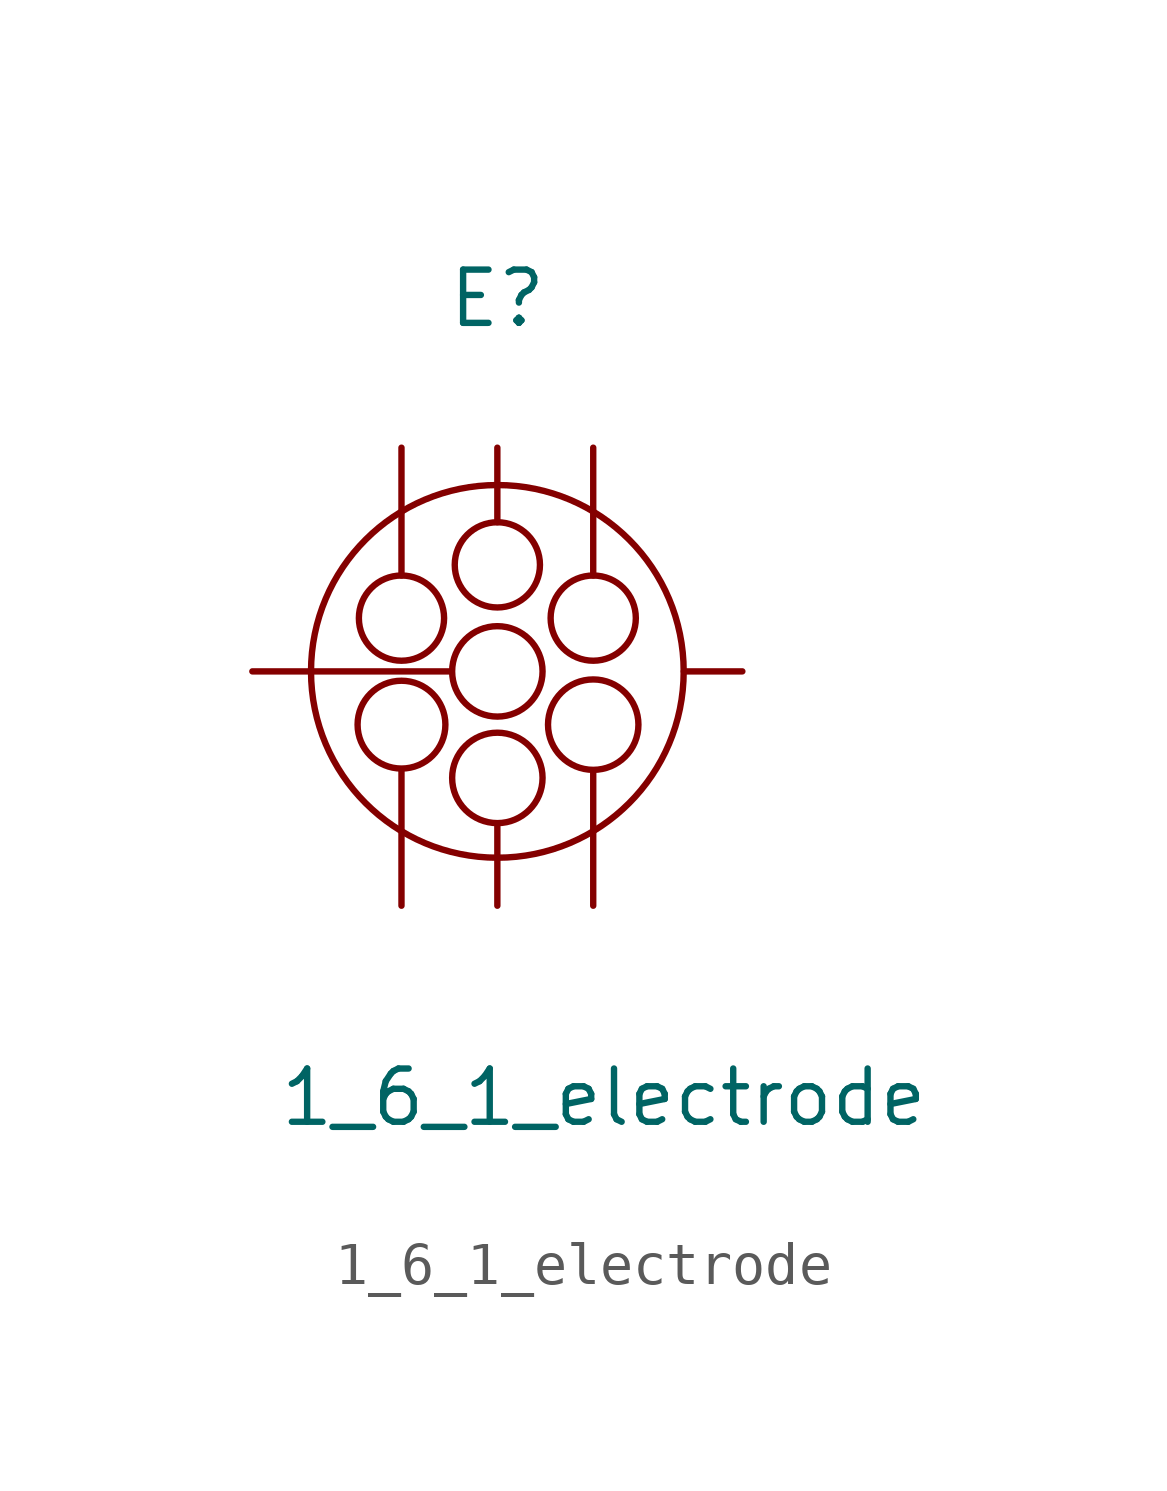
<source format=kicad_sym>
(kicad_symbol_lib
  (version 20211014)
  (generator kicad_symbol_editor)
  (symbol "1_6_1_electrode"
    (property "Reference" "E"
      (at 0 8.89 0)
      (effects (font (size 1.27 1.27))))
    (property "Value" "1_6_1_electrode"
      (at 2.54 -10.16 0)
      (effects (font (size 1.27 1.27))))
    (symbol "1_6_1_electrode_0_1"
      (circle (center -2.286 -1.27) (radius 1.047) (stroke (width 0) (type default) (color 0 0 0 0)) (fill (type none)))
      (circle (center -2.286 1.27) (radius 1.016) (stroke (width 0) (type default) (color 0 0 0 0)) (fill (type none)))
      (circle (center 0 -2.54) (radius 1.078) (stroke (width 0) (type default) (color 0 0 0 0)) (fill (type none)))
      (circle (center 0 0) (radius 4.443) (stroke (width 0) (type default) (color 0 0 0 0)) (fill (type none)))
      (circle (center 0 0) (radius 1.078) (stroke (width 0) (type default) (color 0 0 0 0)) (fill (type none)))
      (polyline (pts (xy -2.286 -2.337) (xy -2.286 -5.588)) (stroke (width 0) (type default) (color 0 0 0 0)) (fill (type none)))
      (polyline (pts (xy -2.286 2.286) (xy -2.286 5.334)) (stroke (width 0) (type default) (color 0 0 0 0)) (fill (type none)))
      (polyline (pts (xy -1.092 0) (xy -5.842 0)) (stroke (width 0) (type default) (color 0 0 0 0)) (fill (type none)))
      (polyline (pts (xy 0 -3.632) (xy 0 -5.588)) (stroke (width 0) (type default) (color 0 0 0 0)) (fill (type none)))
      (polyline (pts (xy 0 3.556) (xy 0 5.334)) (stroke (width 0) (type default) (color 0 0 0 0)) (fill (type none)))
      (polyline (pts (xy 2.286 -2.362) (xy 2.286 -5.588)) (stroke (width 0) (type default) (color 0 0 0 0)) (fill (type none)))
      (polyline (pts (xy 2.286 2.286) (xy 2.286 5.334)) (stroke (width 0) (type default) (color 0 0 0 0)) (fill (type none)))
      (polyline (pts (xy 4.445 0) (xy 5.842 0)) (stroke (width 0) (type default) (color 0 0 0 0)) (fill (type none)))
      (circle (center 0 2.54) (radius 1.016) (stroke (width 0) (type default) (color 0 0 0 0)) (fill (type none)))
      (circle (center 2.286 -1.27) (radius 1.078) (stroke (width 0) (type default) (color 0 0 0 0)) (fill (type none)))
      (circle (center 2.286 1.27) (radius 1.016) (stroke (width 0) (type default) (color 0 0 0 0)) (fill (type none))))
    (symbol "1_6_1_electrode_1_1"
      (pin bidirectional line (at -5.842 0 90) (length 0) hide (name "C" (effects (font (size 1.27 1.27)))) (number "1" (effects (font (size 1.27 1.27)))))
      (pin bidirectional line (at 0 5.334 90) (length 0) hide (name "H1" (effects (font (size 1.27 1.27)))) (number "2" (effects (font (size 1.27 1.27)))))
      (pin bidirectional line (at 2.286 5.334 90) (length 0) hide (name "H2" (effects (font (size 1.27 1.27)))) (number "3" (effects (font (size 1.27 1.27)))))
      (pin bidirectional line (at 2.286 -5.588 90) (length 0) hide (name "H3" (effects (font (size 1.27 1.27)))) (number "4" (effects (font (size 1.27 1.27)))))
      (pin bidirectional line (at 0 -5.588 90) (length 0) hide (name "H4" (effects (font (size 1.27 1.27)))) (number "5" (effects (font (size 1.27 1.27)))))
      (pin bidirectional line (at -2.286 -5.588 90) (length 0) hide (name "H5" (effects (font (size 1.27 1.27)))) (number "6" (effects (font (size 1.27 1.27)))))
      (pin bidirectional line (at -2.286 5.334 90) (length 0) hide (name "H6" (effects (font (size 1.27 1.27)))) (number "7" (effects (font (size 1.27 1.27)))))
      (pin bidirectional line (at 5.842 0 90) (length 0) hide (name "R" (effects (font (size 1.27 1.27)))) (number "8" (effects (font (size 1.27 1.27))))))))
</source>
